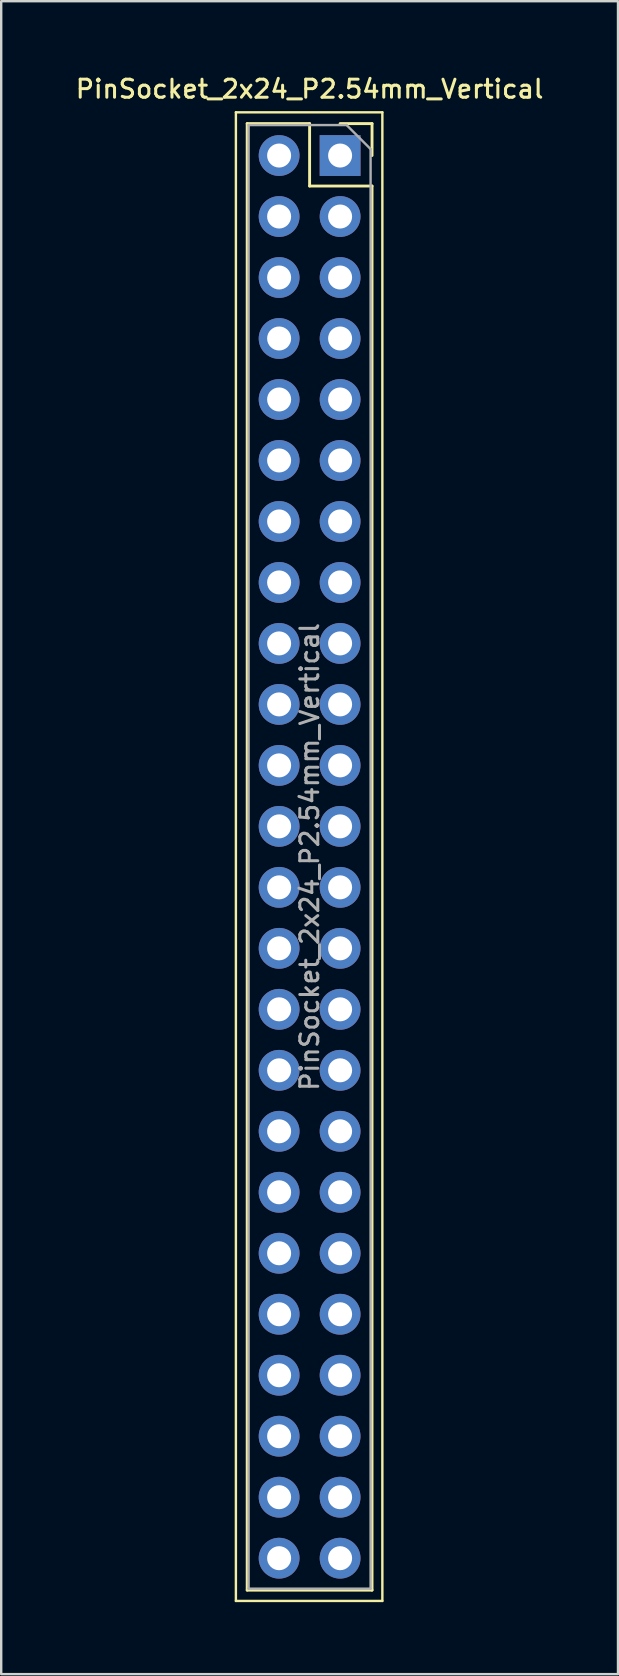
<source format=kicad_pcb>
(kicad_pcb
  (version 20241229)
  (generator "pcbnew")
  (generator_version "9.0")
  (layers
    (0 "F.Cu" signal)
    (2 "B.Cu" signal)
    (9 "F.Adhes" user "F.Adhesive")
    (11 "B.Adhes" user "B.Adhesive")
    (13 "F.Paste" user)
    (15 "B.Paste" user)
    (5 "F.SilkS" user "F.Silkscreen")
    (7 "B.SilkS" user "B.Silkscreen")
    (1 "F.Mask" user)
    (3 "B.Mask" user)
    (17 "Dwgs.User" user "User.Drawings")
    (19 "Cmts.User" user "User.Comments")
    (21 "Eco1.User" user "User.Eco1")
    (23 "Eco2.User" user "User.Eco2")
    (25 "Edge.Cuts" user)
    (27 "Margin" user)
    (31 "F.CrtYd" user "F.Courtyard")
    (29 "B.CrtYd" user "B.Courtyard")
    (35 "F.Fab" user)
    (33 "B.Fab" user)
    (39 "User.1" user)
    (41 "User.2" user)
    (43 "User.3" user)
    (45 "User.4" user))
  (footprint "PinSocket_2x24_P2.54mm_Vertical"
    (layer "F.Cu")
    (at 11.115 3.428)
    (property "Reference" "PinSocket_2x24_P2.54mm_Vertical" (at -1.27 -2.77 0) (layer "F.SilkS") (effects (font (size 0.75 0.75) (thickness 0.125))))
    (attr through_hole)
    (fp_line (start -4.34 -1.8) (end 1.76 -1.8) (stroke (width 0.1) (type solid)) (layer "F.SilkS"))
    (fp_line (start -4.34 60.2) (end -4.34 -1.8) (stroke (width 0.1) (type solid)) (layer "F.SilkS"))
    (fp_line (start -3.87 -1.33) (end -3.87 59.75) (stroke (width 0.12) (type solid)) (layer "F.SilkS"))
    (fp_line (start -3.87 -1.33) (end -1.27 -1.33) (stroke (width 0.12) (type solid)) (layer "F.SilkS"))
    (fp_line (start -3.87 59.75) (end 1.33 59.75) (stroke (width 0.12) (type solid)) (layer "F.SilkS"))
    (fp_line (start -1.27 -1.33) (end -1.27 1.27) (stroke (width 0.12) (type solid)) (layer "F.SilkS"))
    (fp_line (start -1.27 1.27) (end 1.33 1.27) (stroke (width 0.12) (type solid)) (layer "F.SilkS"))
    (fp_line (start 0 -1.33) (end 1.33 -1.33) (stroke (width 0.12) (type solid)) (layer "F.SilkS"))
    (fp_line (start 1.33 -1.33) (end 1.33 0) (stroke (width 0.12) (type solid)) (layer "F.SilkS"))
    (fp_line (start 1.33 1.27) (end 1.33 59.75) (stroke (width 0.12) (type solid)) (layer "F.SilkS"))
    (fp_line (start 1.76 -1.8) (end 1.76 60.2) (stroke (width 0.1) (type solid)) (layer "F.SilkS"))
    (fp_line (start 1.76 60.2) (end -4.34 60.2) (stroke (width 0.1) (type solid)) (layer "F.SilkS"))
    (fp_line (start -3.81 -1.27) (end 0.27 -1.27) (stroke (width 0.1) (type solid)) (layer "F.Fab"))
    (fp_line (start -3.81 59.69) (end -3.81 -1.27) (stroke (width 0.1) (type solid)) (layer "F.Fab"))
    (fp_line (start 0.27 -1.27) (end 1.27 -0.27) (stroke (width 0.1) (type solid)) (layer "F.Fab"))
    (fp_line (start 1.27 -0.27) (end 1.27 59.69) (stroke (width 0.1) (type solid)) (layer "F.Fab"))
    (fp_line (start 1.27 59.69) (end -3.81 59.69) (stroke (width 0.1) (type solid)) (layer "F.Fab"))
    (fp_text user "${REFERENCE}" (at -1.27 29.21 90) (layer "F.Fab") (effects (font (size 0.75 0.75) (thickness 0.125))))
    (pad "1" thru_hole rect (at 0 0) (size 1.7 1.7) (drill 1) (layers "*.Cu" "*.Mask"))
    (pad "2" thru_hole oval (at -2.54 0) (size 1.7 1.7) (drill 1) (layers "*.Cu" "*.Mask"))
    (pad "3" thru_hole oval (at 0 2.54) (size 1.7 1.7) (drill 1) (layers "*.Cu" "*.Mask"))
    (pad "4" thru_hole oval (at -2.54 2.54) (size 1.7 1.7) (drill 1) (layers "*.Cu" "*.Mask"))
    (pad "5" thru_hole oval (at 0 5.08) (size 1.7 1.7) (drill 1) (layers "*.Cu" "*.Mask"))
    (pad "6" thru_hole oval (at -2.54 5.08) (size 1.7 1.7) (drill 1) (layers "*.Cu" "*.Mask"))
    (pad "7" thru_hole oval (at 0 7.62) (size 1.7 1.7) (drill 1) (layers "*.Cu" "*.Mask"))
    (pad "8" thru_hole oval (at -2.54 7.62) (size 1.7 1.7) (drill 1) (layers "*.Cu" "*.Mask"))
    (pad "9" thru_hole oval (at 0 10.16) (size 1.7 1.7) (drill 1) (layers "*.Cu" "*.Mask"))
    (pad "10" thru_hole oval (at -2.54 10.16) (size 1.7 1.7) (drill 1) (layers "*.Cu" "*.Mask"))
    (pad "11" thru_hole oval (at 0 12.7) (size 1.7 1.7) (drill 1) (layers "*.Cu" "*.Mask"))
    (pad "12" thru_hole oval (at -2.54 12.7) (size 1.7 1.7) (drill 1) (layers "*.Cu" "*.Mask"))
    (pad "13" thru_hole oval (at 0 15.24) (size 1.7 1.7) (drill 1) (layers "*.Cu" "*.Mask"))
    (pad "14" thru_hole oval (at -2.54 15.24) (size 1.7 1.7) (drill 1) (layers "*.Cu" "*.Mask"))
    (pad "15" thru_hole oval (at 0 17.78) (size 1.7 1.7) (drill 1) (layers "*.Cu" "*.Mask"))
    (pad "16" thru_hole oval (at -2.54 17.78) (size 1.7 1.7) (drill 1) (layers "*.Cu" "*.Mask"))
    (pad "17" thru_hole oval (at 0 20.32) (size 1.7 1.7) (drill 1) (layers "*.Cu" "*.Mask"))
    (pad "18" thru_hole oval (at -2.54 20.32) (size 1.7 1.7) (drill 1) (layers "*.Cu" "*.Mask"))
    (pad "19" thru_hole oval (at 0 22.86) (size 1.7 1.7) (drill 1) (layers "*.Cu" "*.Mask"))
    (pad "20" thru_hole oval (at -2.54 22.86) (size 1.7 1.7) (drill 1) (layers "*.Cu" "*.Mask"))
    (pad "21" thru_hole oval (at 0 25.4) (size 1.7 1.7) (drill 1) (layers "*.Cu" "*.Mask"))
    (pad "22" thru_hole oval (at -2.54 25.4) (size 1.7 1.7) (drill 1) (layers "*.Cu" "*.Mask"))
    (pad "23" thru_hole oval (at 0 27.94) (size 1.7 1.7) (drill 1) (layers "*.Cu" "*.Mask"))
    (pad "24" thru_hole oval (at -2.54 27.94) (size 1.7 1.7) (drill 1) (layers "*.Cu" "*.Mask"))
    (pad "25" thru_hole oval (at 0 30.48) (size 1.7 1.7) (drill 1) (layers "*.Cu" "*.Mask"))
    (pad "26" thru_hole oval (at -2.54 30.48) (size 1.7 1.7) (drill 1) (layers "*.Cu" "*.Mask"))
    (pad "27" thru_hole oval (at 0 33.02) (size 1.7 1.7) (drill 1) (layers "*.Cu" "*.Mask"))
    (pad "28" thru_hole oval (at -2.54 33.02) (size 1.7 1.7) (drill 1) (layers "*.Cu" "*.Mask"))
    (pad "29" thru_hole oval (at 0 35.56) (size 1.7 1.7) (drill 1) (layers "*.Cu" "*.Mask"))
    (pad "30" thru_hole oval (at -2.54 35.56) (size 1.7 1.7) (drill 1) (layers "*.Cu" "*.Mask"))
    (pad "31" thru_hole oval (at 0 38.1) (size 1.7 1.7) (drill 1) (layers "*.Cu" "*.Mask"))
    (pad "32" thru_hole oval (at -2.54 38.1) (size 1.7 1.7) (drill 1) (layers "*.Cu" "*.Mask"))
    (pad "33" thru_hole oval (at 0 40.64) (size 1.7 1.7) (drill 1) (layers "*.Cu" "*.Mask"))
    (pad "34" thru_hole oval (at -2.54 40.64) (size 1.7 1.7) (drill 1) (layers "*.Cu" "*.Mask"))
    (pad "35" thru_hole oval (at 0 43.18) (size 1.7 1.7) (drill 1) (layers "*.Cu" "*.Mask"))
    (pad "36" thru_hole oval (at -2.54 43.18) (size 1.7 1.7) (drill 1) (layers "*.Cu" "*.Mask"))
    (pad "37" thru_hole oval (at 0 45.72) (size 1.7 1.7) (drill 1) (layers "*.Cu" "*.Mask"))
    (pad "38" thru_hole oval (at -2.54 45.72) (size 1.7 1.7) (drill 1) (layers "*.Cu" "*.Mask"))
    (pad "39" thru_hole oval (at 0 48.26) (size 1.7 1.7) (drill 1) (layers "*.Cu" "*.Mask"))
    (pad "40" thru_hole oval (at -2.54 48.26) (size 1.7 1.7) (drill 1) (layers "*.Cu" "*.Mask"))
    (pad "41" thru_hole oval (at 0 50.8) (size 1.7 1.7) (drill 1) (layers "*.Cu" "*.Mask"))
    (pad "42" thru_hole oval (at -2.54 50.8) (size 1.7 1.7) (drill 1) (layers "*.Cu" "*.Mask"))
    (pad "43" thru_hole oval (at 0 53.34) (size 1.7 1.7) (drill 1) (layers "*.Cu" "*.Mask"))
    (pad "44" thru_hole oval (at -2.54 53.34) (size 1.7 1.7) (drill 1) (layers "*.Cu" "*.Mask"))
    (pad "45" thru_hole oval (at 0 55.88) (size 1.7 1.7) (drill 1) (layers "*.Cu" "*.Mask"))
    (pad "46" thru_hole oval (at -2.54 55.88) (size 1.7 1.7) (drill 1) (layers "*.Cu" "*.Mask"))
    (pad "47" thru_hole oval (at 0 58.42) (size 1.7 1.7) (drill 1) (layers "*.Cu" "*.Mask"))
    (pad "48" thru_hole oval (at -2.54 58.42) (size 1.7 1.7) (drill 1) (layers "*.Cu" "*.Mask")))
  (gr_rect
    (start -3 -3)
    (end 22.689 66.678)
    (stroke (width 0.1) (type default))
    (fill no)
    (layer "Edge.Cuts")))
</source>
